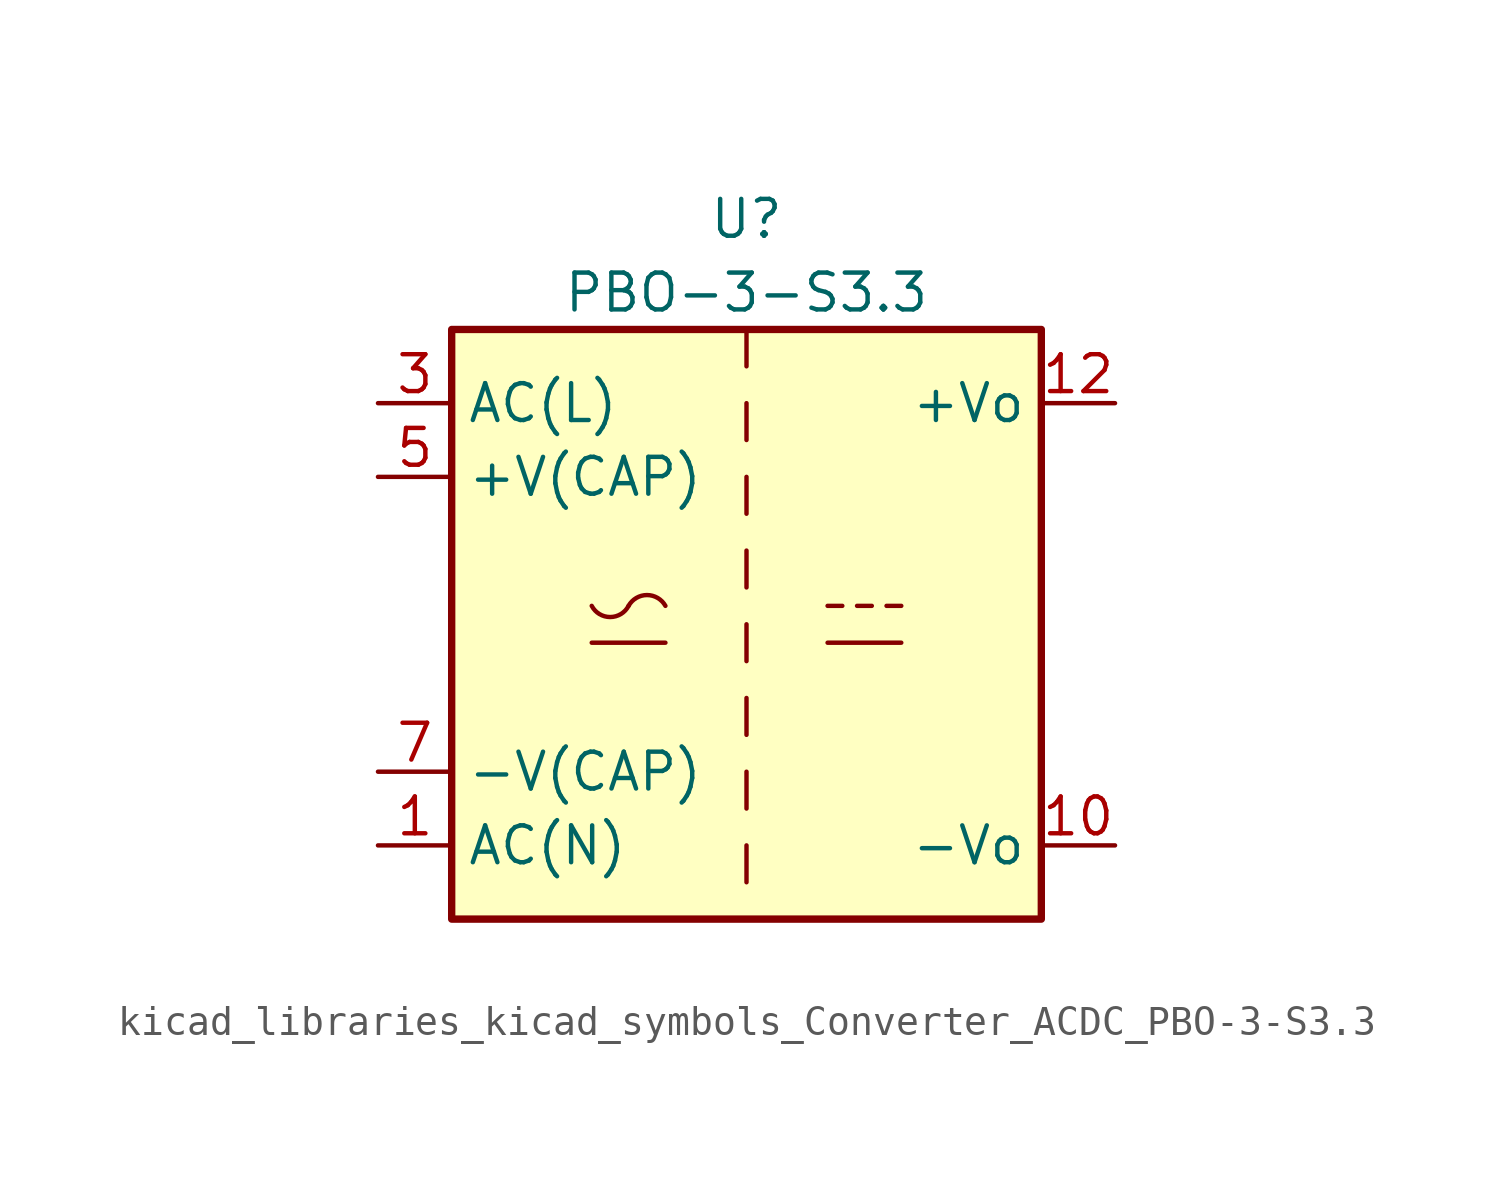
<source format=kicad_sym>
(kicad_symbol_lib
  (version 20220914)
  (generator kicad_symbol_editor)
  (symbol "kicad_libraries_kicad_symbols_Converter_ACDC_PBO-3-S3.3"
    (property "Reference" "U"
      (at 0 13.97 0)
      (effects (font (size 1.27 1.27))))
    (property "Value" "PBO-3-S3.3"
      (at 0 11.43 0)
      (effects (font (size 1.27 1.27))))
    (symbol "kicad_libraries_kicad_symbols_Converter_ACDC_PBO-3-S3.3_1_1"
      (rectangle (start -10.16 10.16) (end 10.16 -10.16) (stroke (width 0.254) (type default)) (fill (type background)))
      (arc (start -5.334 0.635) (mid -4.699 0.2495) (end -4.064 0.635) (stroke (width 0) (type default)) (fill (type none)))
      (arc (start -2.794 0.635) (mid -3.429 1.0072) (end -4.064 0.635) (stroke (width 0) (type default)) (fill (type none)))
      (polyline (pts (xy -5.334 -0.635) (xy -2.794 -0.635)) (stroke (width 0) (type default)) (fill (type none)))
      (polyline (pts (xy 0 -7.62) (xy 0 -8.89)) (stroke (width 0) (type default)) (fill (type none)))
      (polyline (pts (xy 0 -5.08) (xy 0 -6.35)) (stroke (width 0) (type default)) (fill (type none)))
      (polyline (pts (xy 0 -2.54) (xy 0 -3.81)) (stroke (width 0) (type default)) (fill (type none)))
      (polyline (pts (xy 0 0) (xy 0 -1.27)) (stroke (width 0) (type default)) (fill (type none)))
      (polyline (pts (xy 0 2.54) (xy 0 1.27)) (stroke (width 0) (type default)) (fill (type none)))
      (polyline (pts (xy 0 5.08) (xy 0 3.81)) (stroke (width 0) (type default)) (fill (type none)))
      (polyline (pts (xy 0 7.62) (xy 0 6.35)) (stroke (width 0) (type default)) (fill (type none)))
      (polyline (pts (xy 0 10.16) (xy 0 8.89)) (stroke (width 0) (type default)) (fill (type none)))
      (polyline (pts (xy 2.794 -0.635) (xy 5.334 -0.635)) (stroke (width 0) (type default)) (fill (type none)))
      (polyline (pts (xy 2.794 0.635) (xy 3.302 0.635)) (stroke (width 0) (type default)) (fill (type none)))
      (polyline (pts (xy 3.81 0.635) (xy 4.318 0.635)) (stroke (width 0) (type default)) (fill (type none)))
      (polyline (pts (xy 4.826 0.635) (xy 5.334 0.635)) (stroke (width 0) (type default)) (fill (type none)))
      (pin power_in line (at -12.7 -7.62 0) (length 2.54) (name "AC(N)" (effects (font (size 1.27 1.27)))) (number "1" (effects (font (size 1.27 1.27)))))
      (pin power_out line (at 12.7 -7.62 180) (length 2.54) (name "-Vo" (effects (font (size 1.27 1.27)))) (number "10" (effects (font (size 1.27 1.27)))))
      (pin power_out line (at 12.7 7.62 180) (length 2.54) (name "+Vo" (effects (font (size 1.27 1.27)))) (number "12" (effects (font (size 1.27 1.27)))))
      (pin power_in line (at -12.7 7.62 0) (length 2.54) (name "AC(L)" (effects (font (size 1.27 1.27)))) (number "3" (effects (font (size 1.27 1.27)))))
      (pin passive line (at -12.7 5.08 0) (length 2.54) (name "+V(CAP)" (effects (font (size 1.27 1.27)))) (number "5" (effects (font (size 1.27 1.27)))))
      (pin passive line (at -12.7 -5.08 0) (length 2.54) (name "-V(CAP)" (effects (font (size 1.27 1.27)))) (number "7" (effects (font (size 1.27 1.27))))))))
</source>
